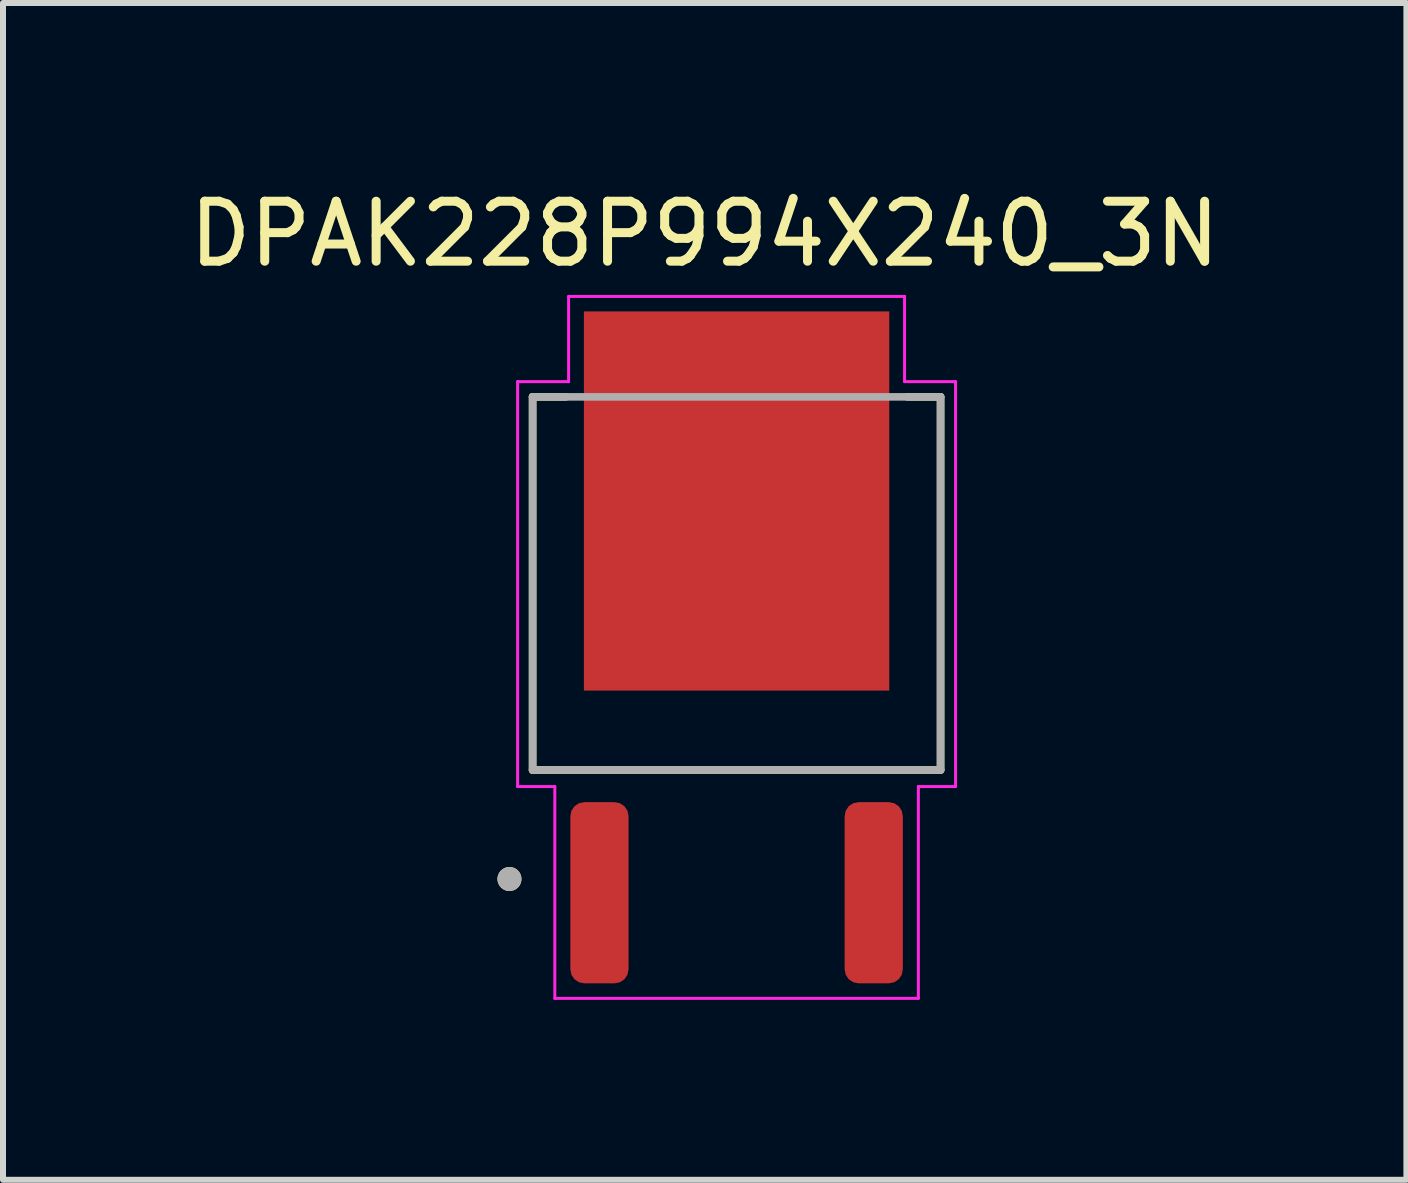
<source format=kicad_pcb>
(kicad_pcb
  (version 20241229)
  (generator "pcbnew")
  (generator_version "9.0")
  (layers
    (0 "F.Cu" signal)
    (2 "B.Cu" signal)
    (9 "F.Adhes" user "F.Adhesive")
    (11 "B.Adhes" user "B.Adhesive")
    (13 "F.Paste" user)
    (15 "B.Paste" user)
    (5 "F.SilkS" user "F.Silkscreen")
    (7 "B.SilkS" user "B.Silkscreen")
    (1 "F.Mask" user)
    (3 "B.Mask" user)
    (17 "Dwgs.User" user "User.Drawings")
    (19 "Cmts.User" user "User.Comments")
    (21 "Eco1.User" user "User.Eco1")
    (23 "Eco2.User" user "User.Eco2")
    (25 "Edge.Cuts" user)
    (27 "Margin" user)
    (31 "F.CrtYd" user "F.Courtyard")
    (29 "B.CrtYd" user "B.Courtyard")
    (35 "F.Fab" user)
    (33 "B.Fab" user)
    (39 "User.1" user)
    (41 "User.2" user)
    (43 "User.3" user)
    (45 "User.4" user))
  (footprint "DPAK228P994X240_3N"
    (layer "F.Cu")
    (at 9.228 7.741)
    (property "Reference" "DPAK228P994X240_3N" (at -0.532 -6.892 0) (layer "F.SilkS") (effects (font (size 1 1) (thickness 0.15))))
    (attr through_hole)
    (fp_line (start -3.4 -4.176) (end -3.4 2.044) (stroke (width 0.127) (type solid)) (layer "F.SilkS"))
    (fp_line (start -2.846 -4.176) (end -3.4 -4.176) (stroke (width 0.127) (type solid)) (layer "F.SilkS"))
    (fp_line (start 2.846 -4.176) (end 3.4 -4.176) (stroke (width 0.127) (type solid)) (layer "F.SilkS"))
    (fp_line (start 3.4 -4.176) (end 3.4 2.044) (stroke (width 0.127) (type solid)) (layer "F.SilkS"))
    (fp_line (start 3.4 2.044) (end -3.4 2.044) (stroke (width 0.127) (type solid)) (layer "F.SilkS"))
    (fp_circle (center -3.786 3.861) (end -3.686 3.861) (stroke (width 0.2) (type solid)) (fill no) (layer "F.SilkS"))
    (fp_poly (pts (xy -2.13 -5.33) (xy -0.41 -5.33) (xy -0.41 -3.77) (xy -2.13 -3.77)) (stroke (width 0.01) (type solid)) (fill yes) (layer "F.Paste"))
    (fp_poly (pts (xy -2.13 -3.22) (xy -0.41 -3.22) (xy -0.41 -1.66) (xy -2.13 -1.66)) (stroke (width 0.01) (type solid)) (fill yes) (layer "F.Paste"))
    (fp_poly (pts (xy -2.13 -1.11) (xy -0.41 -1.11) (xy -0.41 0.45) (xy -2.13 0.45)) (stroke (width 0.01) (type solid)) (fill yes) (layer "F.Paste"))
    (fp_poly (pts (xy 0.41 -5.33) (xy 2.13 -5.33) (xy 2.13 -3.77) (xy 0.41 -3.77)) (stroke (width 0.01) (type solid)) (fill yes) (layer "F.Paste"))
    (fp_poly (pts (xy 0.41 -3.22) (xy 2.13 -3.22) (xy 2.13 -1.66) (xy 0.41 -1.66)) (stroke (width 0.01) (type solid)) (fill yes) (layer "F.Paste"))
    (fp_poly (pts (xy 0.41 -1.11) (xy 2.13 -1.11) (xy 2.13 0.45) (xy 0.41 0.45)) (stroke (width 0.01) (type solid)) (fill yes) (layer "F.Paste"))
    (fp_line (start -3.65 -4.43) (end -3.65 2.32) (stroke (width 0.05) (type solid)) (layer "F.CrtYd"))
    (fp_line (start -3.65 2.32) (end -3.03 2.32) (stroke (width 0.05) (type solid)) (layer "F.CrtYd"))
    (fp_line (start -3.03 2.32) (end -3.03 5.85) (stroke (width 0.05) (type solid)) (layer "F.CrtYd"))
    (fp_line (start -3.03 5.85) (end 3.03 5.85) (stroke (width 0.05) (type solid)) (layer "F.CrtYd"))
    (fp_line (start -2.8 -5.85) (end -2.8 -4.43) (stroke (width 0.05) (type solid)) (layer "F.CrtYd"))
    (fp_line (start -2.8 -4.43) (end -3.65 -4.43) (stroke (width 0.05) (type solid)) (layer "F.CrtYd"))
    (fp_line (start 2.8 -5.85) (end -2.8 -5.85) (stroke (width 0.05) (type solid)) (layer "F.CrtYd"))
    (fp_line (start 2.8 -4.43) (end 2.8 -5.85) (stroke (width 0.05) (type solid)) (layer "F.CrtYd"))
    (fp_line (start 3.03 2.32) (end 3.65 2.32) (stroke (width 0.05) (type solid)) (layer "F.CrtYd"))
    (fp_line (start 3.03 5.85) (end 3.03 2.32) (stroke (width 0.05) (type solid)) (layer "F.CrtYd"))
    (fp_line (start 3.65 -4.43) (end 2.8 -4.43) (stroke (width 0.05) (type solid)) (layer "F.CrtYd"))
    (fp_line (start 3.65 2.32) (end 3.65 -4.43) (stroke (width 0.05) (type solid)) (layer "F.CrtYd"))
    (fp_line (start -3.4 -4.176) (end 3.4 -4.176) (stroke (width 0.127) (type solid)) (layer "F.Fab"))
    (fp_line (start -3.4 2.044) (end -3.4 -4.176) (stroke (width 0.127) (type solid)) (layer "F.Fab"))
    (fp_line (start 3.4 2.044) (end -3.4 2.044) (stroke (width 0.127) (type solid)) (layer "F.Fab"))
    (fp_line (start 3.4 2.044) (end 3.4 -4.176) (stroke (width 0.127) (type solid)) (layer "F.Fab"))
    (fp_circle (center -3.786 3.861) (end -3.686 3.861) (stroke (width 0.2) (type solid)) (fill no) (layer "F.Fab"))
    (pad "1" smd roundrect (at -2.286 4.09 270) (size 3.02 0.97) (layers "F.Cu" "F.Mask" "F.Paste") (roundrect_rratio 0.24))
    (pad "3" smd roundrect (at 2.286 4.09 270) (size 3.02 0.97) (layers "F.Cu" "F.Mask" "F.Paste") (roundrect_rratio 0.24))
    (pad "4" smd rect (at 0 -2.44 90) (size 6.32 5.09) (layers "F.Cu" "F.Mask")))
  (gr_rect
    (start -3 -3)
    (end 20.393 16.616)
    (stroke (width 0.1) (type default))
    (fill no)
    (layer "Edge.Cuts")))
</source>
